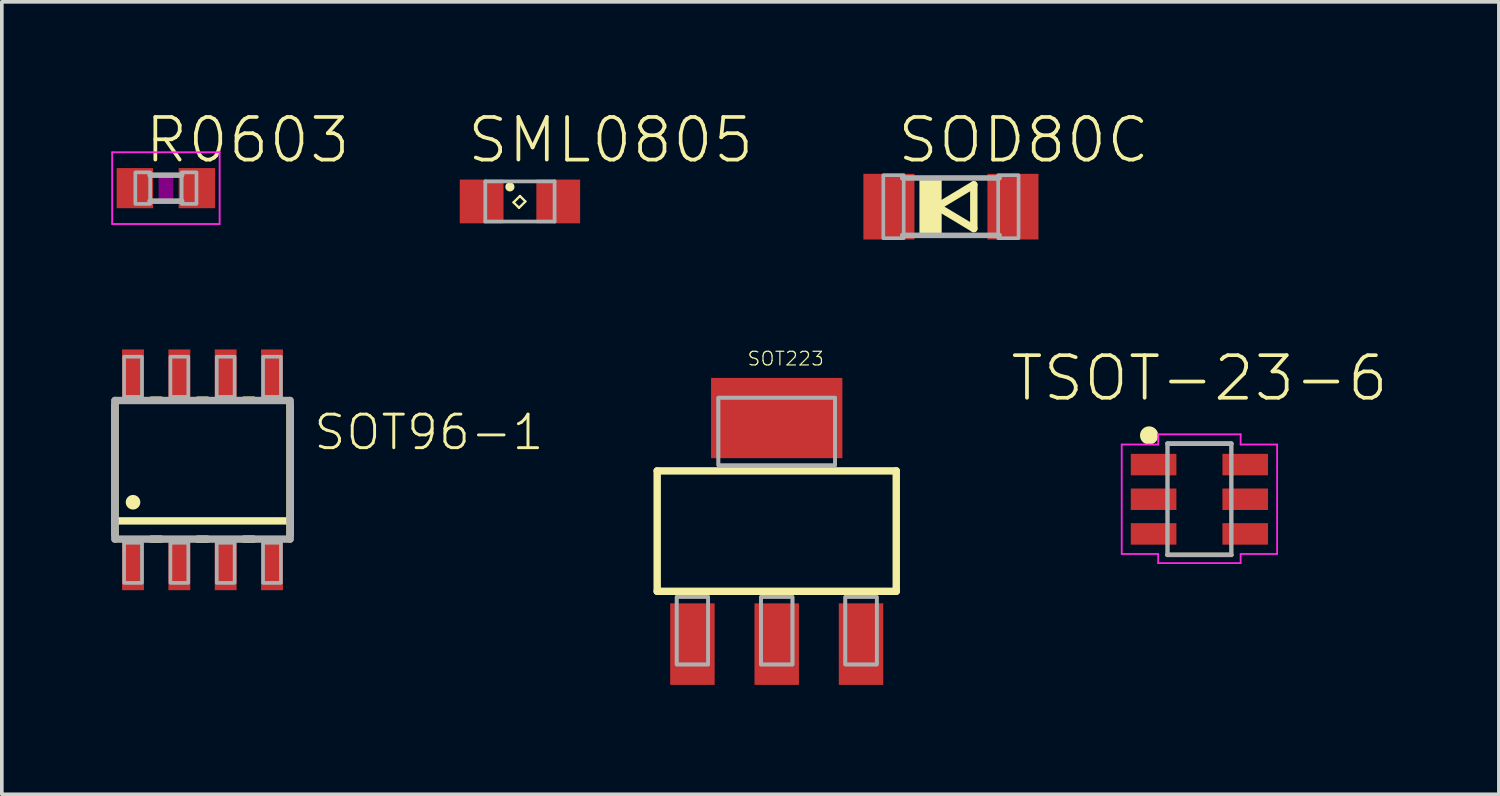
<source format=kicad_pcb>
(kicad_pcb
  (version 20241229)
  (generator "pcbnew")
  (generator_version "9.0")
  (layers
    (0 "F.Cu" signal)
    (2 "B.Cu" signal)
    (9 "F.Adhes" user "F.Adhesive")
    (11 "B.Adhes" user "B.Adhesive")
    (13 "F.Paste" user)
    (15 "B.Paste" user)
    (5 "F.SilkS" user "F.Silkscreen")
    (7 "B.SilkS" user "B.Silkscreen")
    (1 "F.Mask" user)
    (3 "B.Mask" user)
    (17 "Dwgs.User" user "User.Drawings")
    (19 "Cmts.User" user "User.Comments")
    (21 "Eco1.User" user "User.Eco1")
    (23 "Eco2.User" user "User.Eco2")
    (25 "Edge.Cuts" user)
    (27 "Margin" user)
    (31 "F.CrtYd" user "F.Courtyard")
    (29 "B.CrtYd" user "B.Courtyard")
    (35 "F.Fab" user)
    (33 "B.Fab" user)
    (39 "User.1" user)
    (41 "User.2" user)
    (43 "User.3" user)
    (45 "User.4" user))
  (footprint "SOD80C"
    (layer "F.Cu")
    (at 23.02 2.616)
    (property "Reference" "SOD80C" (at -1.524 -1.143 0) (layer "F.SilkS") (effects (font (size 1.168 1.168) (thickness 0.102)) (justify left bottom)))
    (fp_line (start -0.373 0) (end 0.627 0.6) (stroke (width 0.203) (type solid)) (layer "F.SilkS"))
    (fp_line (start 0.627 -0.6) (end -0.373 0) (stroke (width 0.203) (type solid)) (layer "F.SilkS"))
    (fp_line (start 0.627 0.6) (end 0.627 -0.6) (stroke (width 0.203) (type solid)) (layer "F.SilkS"))
    (fp_poly (pts (xy -0.864 0.787) (xy -0.254 0.787) (xy -0.254 -0.787) (xy -0.864 -0.787)) (stroke (width 0) (type solid)) (fill yes) (layer "F.SilkS"))
    (fp_line (start 1.321 -0.787) (end -1.321 -0.787) (stroke (width 0.152) (type solid)) (layer "F.Fab"))
    (fp_line (start 1.321 0.787) (end -1.321 0.787) (stroke (width 0.152) (type solid)) (layer "F.Fab"))
    (fp_poly (pts (xy -1.854 0.864) (xy -1.295 0.864) (xy -1.295 -0.864) (xy -1.854 -0.864)) (stroke (width 0.1) (type solid)) (fill no) (layer "F.Fab"))
    (fp_poly (pts (xy 1.295 0.864) (xy 1.854 0.864) (xy 1.854 -0.864) (xy 1.295 -0.864)) (stroke (width 0.1) (type solid)) (fill no) (layer "F.Fab"))
    (pad "A" smd rect (at 1.7 0) (size 1.4 1.8) (layers "F.Cu" "F.Mask" "F.Paste"))
    (pad "C" smd rect (at -1.7 0) (size 1.4 1.8) (layers "F.Cu" "F.Mask" "F.Paste")))
  (footprint "R0603"
    (layer "F.Cu")
    (at 1.498 2.108)
    (property "Reference" "R0603" (at -0.635 -0.635 0) (layer "F.SilkS") (effects (font (size 1.168 1.168) (thickness 0.102)) (justify left bottom)))
    (fp_poly (pts (xy -0.2 0.4) (xy 0.2 0.4) (xy 0.2 -0.4) (xy -0.2 -0.4)) (stroke (width 0) (type solid)) (fill yes) (layer "F.Adhes"))
    (fp_line (start -1.473 -0.983) (end 1.473 -0.983) (stroke (width 0.051) (type solid)) (layer "F.CrtYd"))
    (fp_line (start -1.473 0.983) (end -1.473 -0.983) (stroke (width 0.051) (type solid)) (layer "F.CrtYd"))
    (fp_line (start 1.473 -0.983) (end 1.473 0.983) (stroke (width 0.051) (type solid)) (layer "F.CrtYd"))
    (fp_line (start 1.473 0.983) (end -1.473 0.983) (stroke (width 0.051) (type solid)) (layer "F.CrtYd"))
    (fp_line (start -0.432 0.356) (end 0.432 0.356) (stroke (width 0.152) (type solid)) (layer "F.Fab"))
    (fp_line (start 0.432 -0.356) (end -0.432 -0.356) (stroke (width 0.152) (type solid)) (layer "F.Fab"))
    (fp_poly (pts (xy -0.838 0.432) (xy -0.432 0.432) (xy -0.432 -0.432) (xy -0.838 -0.432)) (stroke (width 0.1) (type solid)) (fill no) (layer "F.Fab"))
    (fp_poly (pts (xy 0.432 0.432) (xy 0.838 0.432) (xy 0.838 -0.432) (xy 0.432 -0.432)) (stroke (width 0.1) (type solid)) (fill no) (layer "F.Fab"))
    (pad "1" smd rect (at -0.85 0) (size 1 1.1) (layers "F.Cu" "F.Mask" "F.Paste"))
    (pad "2" smd rect (at 0.85 0) (size 1 1.1) (layers "F.Cu" "F.Mask" "F.Paste")))
  (footprint "SOT223"
    (layer "F.Cu")
    (at 18.244 11.51)
    (property "Reference" "SOT223" (at -0.826 -4.508 0) (layer "F.SilkS") (effects (font (size 0.374 0.374) (thickness 0.033)) (justify left bottom)))
    (fp_line (start -3.277 -1.651) (end 3.277 -1.651) (stroke (width 0.203) (type solid)) (layer "F.SilkS"))
    (fp_line (start -3.277 1.651) (end -3.277 -1.651) (stroke (width 0.203) (type solid)) (layer "F.SilkS"))
    (fp_line (start 3.277 -1.651) (end 3.277 1.651) (stroke (width 0.203) (type solid)) (layer "F.SilkS"))
    (fp_line (start 3.277 1.651) (end -3.277 1.651) (stroke (width 0.203) (type solid)) (layer "F.SilkS"))
    (fp_poly (pts (xy -2.743 3.658) (xy -1.88 3.658) (xy -1.88 1.803) (xy -2.743 1.803)) (stroke (width 0.1) (type solid)) (fill no) (layer "F.Fab"))
    (fp_poly (pts (xy -2.743 3.658) (xy -1.88 3.658) (xy -1.88 1.803) (xy -2.743 1.803)) (stroke (width 0.1) (type solid)) (fill no) (layer "F.Fab"))
    (fp_poly (pts (xy -1.6 -1.803) (xy 1.6 -1.803) (xy 1.6 -3.658) (xy -1.6 -3.658)) (stroke (width 0.1) (type solid)) (fill no) (layer "F.Fab"))
    (fp_poly (pts (xy -1.6 -1.803) (xy 1.6 -1.803) (xy 1.6 -3.658) (xy -1.6 -3.658)) (stroke (width 0.1) (type solid)) (fill no) (layer "F.Fab"))
    (fp_poly (pts (xy -0.432 3.658) (xy 0.432 3.658) (xy 0.432 1.803) (xy -0.432 1.803)) (stroke (width 0.1) (type solid)) (fill no) (layer "F.Fab"))
    (fp_poly (pts (xy -0.432 3.658) (xy 0.432 3.658) (xy 0.432 1.803) (xy -0.432 1.803)) (stroke (width 0.1) (type solid)) (fill no) (layer "F.Fab"))
    (fp_poly (pts (xy 1.88 3.658) (xy 2.743 3.658) (xy 2.743 1.803) (xy 1.88 1.803)) (stroke (width 0.1) (type solid)) (fill no) (layer "F.Fab"))
    (fp_poly (pts (xy 1.88 3.658) (xy 2.743 3.658) (xy 2.743 1.803) (xy 1.88 1.803)) (stroke (width 0.1) (type solid)) (fill no) (layer "F.Fab"))
    (pad "1" smd rect (at -2.311 3.099) (size 1.219 2.235) (layers "F.Cu" "F.Mask" "F.Paste"))
    (pad "2" smd rect (at 0 3.099) (size 1.219 2.235) (layers "F.Cu" "F.Mask" "F.Paste"))
    (pad "3" smd rect (at 2.311 3.099) (size 1.219 2.235) (layers "F.Cu" "F.Mask" "F.Paste"))
    (pad "4" smd rect (at 0 -3.099) (size 3.6 2.2) (layers "F.Cu" "F.Mask" "F.Paste")))
  (footprint "TSOT-23-6"
    (layer "F.Cu")
    (at 29.832 10.637)
    (property "Reference" "TSOT-23-6" (at 0 -2.634 0) (layer "F.SilkS") (effects (font (size 1.168 1.168) (thickness 0.102)) (justify bottom)))
    (fp_line (start -0.875 -1.525) (end 0.875 -1.525) (stroke (width 0.12) (type solid)) (layer "F.SilkS"))
    (fp_line (start -0.875 1.525) (end 0.875 1.525) (stroke (width 0.12) (type solid)) (layer "F.SilkS"))
    (fp_circle (center -1.379 -1.749) (end -1.254 -1.749) (stroke (width 0.25) (type solid)) (fill yes) (layer "F.SilkS"))
    (fp_line (start -2.13 -1.5) (end -1.13 -1.5) (stroke (width 0.05) (type solid)) (layer "F.CrtYd"))
    (fp_line (start -2.13 1.5) (end -2.13 -1.5) (stroke (width 0.05) (type solid)) (layer "F.CrtYd"))
    (fp_line (start -1.13 -1.78) (end 1.13 -1.78) (stroke (width 0.05) (type solid)) (layer "F.CrtYd"))
    (fp_line (start -1.13 -1.5) (end -1.13 -1.78) (stroke (width 0.05) (type solid)) (layer "F.CrtYd"))
    (fp_line (start -1.13 1.5) (end -2.13 1.5) (stroke (width 0.05) (type solid)) (layer "F.CrtYd"))
    (fp_line (start -1.13 1.75) (end -1.13 1.5) (stroke (width 0.05) (type solid)) (layer "F.CrtYd"))
    (fp_line (start 1.13 -1.78) (end 1.13 -1.5) (stroke (width 0.05) (type solid)) (layer "F.CrtYd"))
    (fp_line (start 1.13 -1.5) (end 2.13 -1.5) (stroke (width 0.05) (type solid)) (layer "F.CrtYd"))
    (fp_line (start 1.13 1.5) (end 1.13 1.75) (stroke (width 0.05) (type solid)) (layer "F.CrtYd"))
    (fp_line (start 1.13 1.75) (end -1.13 1.75) (stroke (width 0.05) (type solid)) (layer "F.CrtYd"))
    (fp_line (start 2.13 -1.5) (end 2.13 1.5) (stroke (width 0.05) (type solid)) (layer "F.CrtYd"))
    (fp_line (start 2.13 1.5) (end 1.13 1.5) (stroke (width 0.05) (type solid)) (layer "F.CrtYd"))
    (fp_line (start -0.875 -1.525) (end 0.875 -1.525) (stroke (width 0.12) (type solid)) (layer "F.Fab"))
    (fp_line (start -0.875 1.525) (end -0.875 -1.525) (stroke (width 0.12) (type solid)) (layer "F.Fab"))
    (fp_line (start 0.875 -1.525) (end 0.875 1.525) (stroke (width 0.12) (type solid)) (layer "F.Fab"))
    (fp_line (start 0.875 1.525) (end -0.875 1.525) (stroke (width 0.12) (type solid)) (layer "F.Fab"))
    (pad "1" smd rect (at -1.256 -0.95) (size 1.25 0.589) (layers "F.Cu" "F.Mask" "F.Paste"))
    (pad "2" smd rect (at -1.256 0) (size 1.25 0.589) (layers "F.Cu" "F.Mask" "F.Paste"))
    (pad "3" smd rect (at -1.256 0.95) (size 1.25 0.589) (layers "F.Cu" "F.Mask" "F.Paste"))
    (pad "4" smd rect (at 1.256 0.95) (size 1.25 0.589) (layers "F.Cu" "F.Mask" "F.Paste"))
    (pad "5" smd rect (at 1.256 0) (size 1.25 0.589) (layers "F.Cu" "F.Mask" "F.Paste"))
    (pad "6" smd rect (at 1.256 -0.95) (size 1.25 0.589) (layers "F.Cu" "F.Mask" "F.Paste")))
  (footprint "SOT96-1"
    (layer "F.Cu")
    (at 2.502 9.83)
    (property "Reference" "SOT96-1" (at 3 -0.49 0) (layer "F.SilkS") (effects (font (size 0.92 0.92) (thickness 0.08)) (justify left bottom)))
    (fp_line (start -2.4 1.4) (end -2.4 -1.8) (stroke (width 0.203) (type solid)) (layer "F.SilkS"))
    (fp_line (start -2.4 1.4) (end -2.4 1.8) (stroke (width 0.203) (type solid)) (layer "F.SilkS"))
    (fp_line (start -1.397 -1.91) (end -1.143 -1.91) (stroke (width 0.203) (type solid)) (layer "F.SilkS"))
    (fp_line (start -1.397 1.9) (end -1.143 1.9) (stroke (width 0.203) (type solid)) (layer "F.SilkS"))
    (fp_line (start -0.127 -1.91) (end 0.127 -1.91) (stroke (width 0.203) (type solid)) (layer "F.SilkS"))
    (fp_line (start -0.127 1.9) (end 0.127 1.9) (stroke (width 0.203) (type solid)) (layer "F.SilkS"))
    (fp_line (start 1.143 -1.91) (end 1.397 -1.91) (stroke (width 0.203) (type solid)) (layer "F.SilkS"))
    (fp_line (start 1.143 1.9) (end 1.397 1.9) (stroke (width 0.203) (type solid)) (layer "F.SilkS"))
    (fp_line (start 2.4 -1.8) (end 2.4 1.4) (stroke (width 0.203) (type solid)) (layer "F.SilkS"))
    (fp_line (start 2.4 1.4) (end -2.4 1.4) (stroke (width 0.203) (type solid)) (layer "F.SilkS"))
    (fp_line (start 2.4 1.4) (end 2.4 1.8) (stroke (width 0.203) (type solid)) (layer "F.SilkS"))
    (fp_circle (center -1.905 0.889) (end -1.805 0.889) (stroke (width 0.2) (type solid)) (fill yes) (layer "F.SilkS"))
    (fp_line (start -2.4 -1.9) (end 2.4 -1.9) (stroke (width 0.203) (type solid)) (layer "F.Fab"))
    (fp_line (start -2.4 1.4) (end -2.4 -1.9) (stroke (width 0.203) (type solid)) (layer "F.Fab"))
    (fp_line (start -2.4 1.9) (end -2.4 1.4) (stroke (width 0.203) (type solid)) (layer "F.Fab"))
    (fp_line (start 2.4 -1.9) (end 2.4 1.4) (stroke (width 0.203) (type solid)) (layer "F.Fab"))
    (fp_line (start 2.4 1.4) (end 2.4 1.9) (stroke (width 0.203) (type solid)) (layer "F.Fab"))
    (fp_line (start 2.4 1.9) (end -2.4 1.9) (stroke (width 0.203) (type solid)) (layer "F.Fab"))
    (fp_poly (pts (xy -2.15 -2) (xy -1.66 -2) (xy -1.66 -3.1) (xy -2.15 -3.1)) (stroke (width 0.1) (type solid)) (fill no) (layer "F.Fab"))
    (fp_poly (pts (xy -2.15 3.1) (xy -1.66 3.1) (xy -1.66 2) (xy -2.15 2)) (stroke (width 0.1) (type solid)) (fill no) (layer "F.Fab"))
    (fp_poly (pts (xy -0.88 -2) (xy -0.39 -2) (xy -0.39 -3.1) (xy -0.88 -3.1)) (stroke (width 0.1) (type solid)) (fill no) (layer "F.Fab"))
    (fp_poly (pts (xy -0.88 3.1) (xy -0.39 3.1) (xy -0.39 2) (xy -0.88 2)) (stroke (width 0.1) (type solid)) (fill no) (layer "F.Fab"))
    (fp_poly (pts (xy 0.39 -2) (xy 0.88 -2) (xy 0.88 -3.1) (xy 0.39 -3.1)) (stroke (width 0.1) (type solid)) (fill no) (layer "F.Fab"))
    (fp_poly (pts (xy 0.39 3.1) (xy 0.88 3.1) (xy 0.88 2) (xy 0.39 2)) (stroke (width 0.1) (type solid)) (fill no) (layer "F.Fab"))
    (fp_poly (pts (xy 1.66 -2) (xy 2.15 -2) (xy 2.15 -3.1) (xy 1.66 -3.1)) (stroke (width 0.1) (type solid)) (fill no) (layer "F.Fab"))
    (fp_poly (pts (xy 1.66 3.1) (xy 2.15 3.1) (xy 2.15 2) (xy 1.66 2)) (stroke (width 0.1) (type solid)) (fill no) (layer "F.Fab"))
    (pad "1" smd rect (at -1.905 2.65) (size 0.6 1.3) (layers "F.Cu" "F.Mask" "F.Paste"))
    (pad "2" smd rect (at -0.635 2.65) (size 0.6 1.3) (layers "F.Cu" "F.Mask" "F.Paste"))
    (pad "3" smd rect (at 0.635 2.65) (size 0.6 1.3) (layers "F.Cu" "F.Mask" "F.Paste"))
    (pad "4" smd rect (at 1.905 2.65) (size 0.6 1.3) (layers "F.Cu" "F.Mask" "F.Paste"))
    (pad "5" smd rect (at 1.905 -2.65) (size 0.6 1.3) (layers "F.Cu" "F.Mask" "F.Paste"))
    (pad "6" smd rect (at 0.635 -2.65) (size 0.6 1.3) (layers "F.Cu" "F.Mask" "F.Paste"))
    (pad "7" smd rect (at -0.635 -2.65) (size 0.6 1.3) (layers "F.Cu" "F.Mask" "F.Paste"))
    (pad "8" smd rect (at -1.905 -2.65) (size 0.6 1.3) (layers "F.Cu" "F.Mask" "F.Paste")))
  (footprint "SML0805"
    (layer "F.Cu")
    (at 11.204 2.473)
    (property "Reference" "SML0805" (at -1.5 -1 0) (layer "F.SilkS") (effects (font (size 1.168 1.168) (thickness 0.102)) (justify left bottom)))
    (fp_line (start -0.175 0.025) (end 0 -0.15) (stroke (width 0.063) (type solid)) (layer "F.SilkS"))
    (fp_line (start -0.025 0.175) (end -0.175 0.025) (stroke (width 0.063) (type solid)) (layer "F.SilkS"))
    (fp_line (start 0 -0.15) (end 0.15 0) (stroke (width 0.063) (type solid)) (layer "F.SilkS"))
    (fp_line (start 0.15 0) (end -0.025 0.175) (stroke (width 0.063) (type solid)) (layer "F.SilkS"))
    (fp_circle (center -0.275 -0.4) (end -0.212 -0.4) (stroke (width 0.125) (type solid)) (fill yes) (layer "F.SilkS"))
    (fp_line (start -0.95 -0.55) (end -0.95 0.55) (stroke (width 0.102) (type solid)) (layer "F.Fab"))
    (fp_line (start -0.95 0.55) (end 0.95 0.55) (stroke (width 0.102) (type solid)) (layer "F.Fab"))
    (fp_line (start 0.95 -0.55) (end -0.95 -0.55) (stroke (width 0.102) (type solid)) (layer "F.Fab"))
    (fp_line (start 0.95 0.55) (end 0.95 -0.55) (stroke (width 0.102) (type solid)) (layer "F.Fab"))
    (pad "A" smd rect (at 1.05 0) (size 1.2 1.2) (layers "F.Cu" "F.Mask" "F.Paste"))
    (pad "C" smd rect (at -1.05 0) (size 1.2 1.2) (layers "F.Cu" "F.Mask" "F.Paste")))
  (gr_rect
    (start -3 -3)
    (end 38.042 18.726)
    (stroke (width 0.1) (type default))
    (fill no)
    (layer "Edge.Cuts")))
</source>
